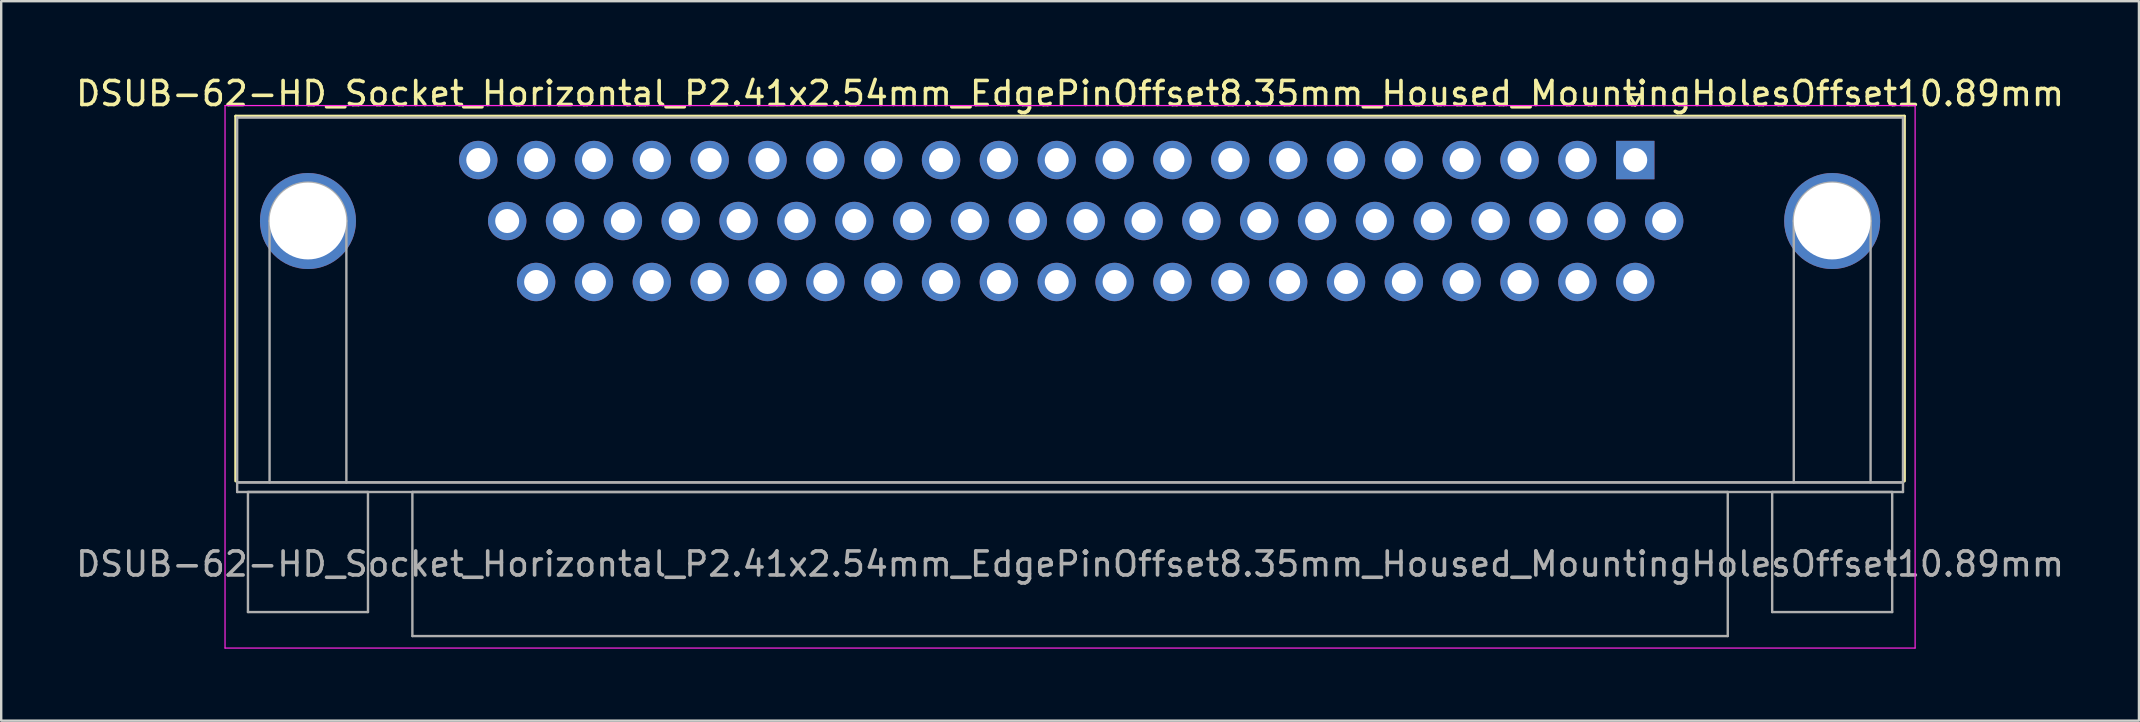
<source format=kicad_pcb>
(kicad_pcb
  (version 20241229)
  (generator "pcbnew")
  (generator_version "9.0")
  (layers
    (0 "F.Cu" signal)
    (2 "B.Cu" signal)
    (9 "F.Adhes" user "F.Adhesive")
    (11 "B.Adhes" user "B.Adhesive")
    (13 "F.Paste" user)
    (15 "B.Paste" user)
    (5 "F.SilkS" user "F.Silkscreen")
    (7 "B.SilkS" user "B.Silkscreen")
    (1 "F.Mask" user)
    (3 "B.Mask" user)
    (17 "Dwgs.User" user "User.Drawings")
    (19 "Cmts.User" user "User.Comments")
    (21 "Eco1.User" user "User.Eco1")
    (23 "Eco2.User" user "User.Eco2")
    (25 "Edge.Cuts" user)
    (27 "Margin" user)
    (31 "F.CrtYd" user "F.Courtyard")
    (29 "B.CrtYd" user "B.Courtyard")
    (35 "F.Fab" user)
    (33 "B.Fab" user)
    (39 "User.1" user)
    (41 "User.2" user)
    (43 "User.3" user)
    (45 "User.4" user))
  (footprint "DSUB-62-HD_Socket_Horizontal_P2.41x2.54mm_EdgePinOffset8.35mm_Housed_MountingHolesOffset10.89mm"
    (layer "F.Cu")
    (at 65.075 3.618)
    (property "Reference" "DSUB-62-HD_Socket_Horizontal_P2.41x2.54mm_EdgePinOffset8.35mm_Housed_MountingHolesOffset10.89mm" (at -23.545 -2.77 0) (layer "F.SilkS") (effects (font (size 1 1) (thickness 0.15))))
    (attr through_hole)
    (fp_line (start -58.305 -1.83) (end 11.215 -1.83) (stroke (width 0.12) (type solid)) (layer "F.SilkS"))
    (fp_line (start -58.305 13.37) (end -58.305 -1.83) (stroke (width 0.12) (type solid)) (layer "F.SilkS"))
    (fp_line (start -0.25 -2.724) (end 0.25 -2.724) (stroke (width 0.12) (type solid)) (layer "F.SilkS"))
    (fp_line (start 0 -2.291) (end -0.25 -2.724) (stroke (width 0.12) (type solid)) (layer "F.SilkS"))
    (fp_line (start 0.25 -2.724) (end 0 -2.291) (stroke (width 0.12) (type solid)) (layer "F.SilkS"))
    (fp_line (start 11.215 -1.83) (end 11.215 13.37) (stroke (width 0.12) (type solid)) (layer "F.SilkS"))
    (fp_line (start -58.75 -2.27) (end -58.75 20.33) (stroke (width 0.05) (type solid)) (layer "F.CrtYd"))
    (fp_line (start -58.75 20.33) (end 11.66 20.33) (stroke (width 0.05) (type solid)) (layer "F.CrtYd"))
    (fp_line (start 11.66 -2.27) (end -58.75 -2.27) (stroke (width 0.05) (type solid)) (layer "F.CrtYd"))
    (fp_line (start 11.66 20.33) (end 11.66 -2.27) (stroke (width 0.05) (type solid)) (layer "F.CrtYd"))
    (fp_line (start -58.245 -1.77) (end -58.245 13.43) (stroke (width 0.1) (type solid)) (layer "F.Fab"))
    (fp_line (start -58.245 13.43) (end -58.245 13.83) (stroke (width 0.1) (type solid)) (layer "F.Fab"))
    (fp_line (start -58.245 13.43) (end 11.155 13.43) (stroke (width 0.1) (type solid)) (layer "F.Fab"))
    (fp_line (start -58.245 13.83) (end 11.155 13.83) (stroke (width 0.1) (type solid)) (layer "F.Fab"))
    (fp_line (start -57.795 13.83) (end -57.795 18.83) (stroke (width 0.1) (type solid)) (layer "F.Fab"))
    (fp_line (start -57.795 18.83) (end -52.795 18.83) (stroke (width 0.1) (type solid)) (layer "F.Fab"))
    (fp_line (start -56.895 13.43) (end -56.895 2.54) (stroke (width 0.1) (type solid)) (layer "F.Fab"))
    (fp_line (start -53.695 13.43) (end -53.695 2.54) (stroke (width 0.1) (type solid)) (layer "F.Fab"))
    (fp_line (start -52.795 13.83) (end -57.795 13.83) (stroke (width 0.1) (type solid)) (layer "F.Fab"))
    (fp_line (start -52.795 18.83) (end -52.795 13.83) (stroke (width 0.1) (type solid)) (layer "F.Fab"))
    (fp_line (start -50.945 13.83) (end -50.945 19.83) (stroke (width 0.1) (type solid)) (layer "F.Fab"))
    (fp_line (start -50.945 19.83) (end 3.855 19.83) (stroke (width 0.1) (type solid)) (layer "F.Fab"))
    (fp_line (start 3.855 13.83) (end -50.945 13.83) (stroke (width 0.1) (type solid)) (layer "F.Fab"))
    (fp_line (start 3.855 19.83) (end 3.855 13.83) (stroke (width 0.1) (type solid)) (layer "F.Fab"))
    (fp_line (start 5.705 13.83) (end 5.705 18.83) (stroke (width 0.1) (type solid)) (layer "F.Fab"))
    (fp_line (start 5.705 18.83) (end 10.705 18.83) (stroke (width 0.1) (type solid)) (layer "F.Fab"))
    (fp_line (start 6.605 13.43) (end 6.605 2.54) (stroke (width 0.1) (type solid)) (layer "F.Fab"))
    (fp_line (start 9.805 13.43) (end 9.805 2.54) (stroke (width 0.1) (type solid)) (layer "F.Fab"))
    (fp_line (start 10.705 13.83) (end 5.705 13.83) (stroke (width 0.1) (type solid)) (layer "F.Fab"))
    (fp_line (start 10.705 18.83) (end 10.705 13.83) (stroke (width 0.1) (type solid)) (layer "F.Fab"))
    (fp_line (start 11.155 -1.77) (end -58.245 -1.77) (stroke (width 0.1) (type solid)) (layer "F.Fab"))
    (fp_line (start 11.155 13.43) (end -58.245 13.43) (stroke (width 0.1) (type solid)) (layer "F.Fab"))
    (fp_line (start 11.155 13.43) (end 11.155 -1.77) (stroke (width 0.1) (type solid)) (layer "F.Fab"))
    (fp_line (start 11.155 13.83) (end 11.155 13.43) (stroke (width 0.1) (type solid)) (layer "F.Fab"))
    (fp_arc (start -56.895 2.54) (mid -55.295 0.94) (end -53.695 2.54) (stroke (width 0.1) (type solid)) (layer "F.Fab"))
    (fp_arc (start 6.605 2.54) (mid 8.205 0.94) (end 9.805 2.54) (stroke (width 0.1) (type solid)) (layer "F.Fab"))
    (fp_text user "${REFERENCE}" (at -23.545 16.83 0) (layer "F.Fab") (effects (font (size 1 1) (thickness 0.15))))
    (pad "0" thru_hole circle (at -55.295 2.54) (size 4 4) (drill 3.2) (layers "*.Cu" "*.Mask"))
    (pad "0" thru_hole circle (at 8.205 2.54) (size 4 4) (drill 3.2) (layers "*.Cu" "*.Mask"))
    (pad "1" thru_hole rect (at 0 0) (size 1.6 1.6) (drill 1) (layers "*.Cu" "*.Mask"))
    (pad "2" thru_hole circle (at -2.41 0) (size 1.6 1.6) (drill 1) (layers "*.Cu" "*.Mask"))
    (pad "3" thru_hole circle (at -4.82 0) (size 1.6 1.6) (drill 1) (layers "*.Cu" "*.Mask"))
    (pad "4" thru_hole circle (at -7.23 0) (size 1.6 1.6) (drill 1) (layers "*.Cu" "*.Mask"))
    (pad "5" thru_hole circle (at -9.64 0) (size 1.6 1.6) (drill 1) (layers "*.Cu" "*.Mask"))
    (pad "6" thru_hole circle (at -12.05 0) (size 1.6 1.6) (drill 1) (layers "*.Cu" "*.Mask"))
    (pad "7" thru_hole circle (at -14.46 0) (size 1.6 1.6) (drill 1) (layers "*.Cu" "*.Mask"))
    (pad "8" thru_hole circle (at -16.87 0) (size 1.6 1.6) (drill 1) (layers "*.Cu" "*.Mask"))
    (pad "9" thru_hole circle (at -19.28 0) (size 1.6 1.6) (drill 1) (layers "*.Cu" "*.Mask"))
    (pad "10" thru_hole circle (at -21.69 0) (size 1.6 1.6) (drill 1) (layers "*.Cu" "*.Mask"))
    (pad "11" thru_hole circle (at -24.1 0) (size 1.6 1.6) (drill 1) (layers "*.Cu" "*.Mask"))
    (pad "12" thru_hole circle (at -26.51 0) (size 1.6 1.6) (drill 1) (layers "*.Cu" "*.Mask"))
    (pad "13" thru_hole circle (at -28.92 0) (size 1.6 1.6) (drill 1) (layers "*.Cu" "*.Mask"))
    (pad "14" thru_hole circle (at -31.33 0) (size 1.6 1.6) (drill 1) (layers "*.Cu" "*.Mask"))
    (pad "15" thru_hole circle (at -33.74 0) (size 1.6 1.6) (drill 1) (layers "*.Cu" "*.Mask"))
    (pad "16" thru_hole circle (at -36.15 0) (size 1.6 1.6) (drill 1) (layers "*.Cu" "*.Mask"))
    (pad "17" thru_hole circle (at -38.56 0) (size 1.6 1.6) (drill 1) (layers "*.Cu" "*.Mask"))
    (pad "18" thru_hole circle (at -40.97 0) (size 1.6 1.6) (drill 1) (layers "*.Cu" "*.Mask"))
    (pad "19" thru_hole circle (at -43.38 0) (size 1.6 1.6) (drill 1) (layers "*.Cu" "*.Mask"))
    (pad "20" thru_hole circle (at -45.79 0) (size 1.6 1.6) (drill 1) (layers "*.Cu" "*.Mask"))
    (pad "21" thru_hole circle (at -48.2 0) (size 1.6 1.6) (drill 1) (layers "*.Cu" "*.Mask"))
    (pad "22" thru_hole circle (at 1.205 2.54) (size 1.6 1.6) (drill 1) (layers "*.Cu" "*.Mask"))
    (pad "23" thru_hole circle (at -1.205 2.54) (size 1.6 1.6) (drill 1) (layers "*.Cu" "*.Mask"))
    (pad "24" thru_hole circle (at -3.615 2.54) (size 1.6 1.6) (drill 1) (layers "*.Cu" "*.Mask"))
    (pad "25" thru_hole circle (at -6.025 2.54) (size 1.6 1.6) (drill 1) (layers "*.Cu" "*.Mask"))
    (pad "26" thru_hole circle (at -8.435 2.54) (size 1.6 1.6) (drill 1) (layers "*.Cu" "*.Mask"))
    (pad "27" thru_hole circle (at -10.845 2.54) (size 1.6 1.6) (drill 1) (layers "*.Cu" "*.Mask"))
    (pad "28" thru_hole circle (at -13.255 2.54) (size 1.6 1.6) (drill 1) (layers "*.Cu" "*.Mask"))
    (pad "29" thru_hole circle (at -15.665 2.54) (size 1.6 1.6) (drill 1) (layers "*.Cu" "*.Mask"))
    (pad "30" thru_hole circle (at -18.075 2.54) (size 1.6 1.6) (drill 1) (layers "*.Cu" "*.Mask"))
    (pad "31" thru_hole circle (at -20.485 2.54) (size 1.6 1.6) (drill 1) (layers "*.Cu" "*.Mask"))
    (pad "32" thru_hole circle (at -22.895 2.54) (size 1.6 1.6) (drill 1) (layers "*.Cu" "*.Mask"))
    (pad "33" thru_hole circle (at -25.305 2.54) (size 1.6 1.6) (drill 1) (layers "*.Cu" "*.Mask"))
    (pad "34" thru_hole circle (at -27.715 2.54) (size 1.6 1.6) (drill 1) (layers "*.Cu" "*.Mask"))
    (pad "35" thru_hole circle (at -30.125 2.54) (size 1.6 1.6) (drill 1) (layers "*.Cu" "*.Mask"))
    (pad "36" thru_hole circle (at -32.535 2.54) (size 1.6 1.6) (drill 1) (layers "*.Cu" "*.Mask"))
    (pad "37" thru_hole circle (at -34.945 2.54) (size 1.6 1.6) (drill 1) (layers "*.Cu" "*.Mask"))
    (pad "38" thru_hole circle (at -37.355 2.54) (size 1.6 1.6) (drill 1) (layers "*.Cu" "*.Mask"))
    (pad "39" thru_hole circle (at -39.765 2.54) (size 1.6 1.6) (drill 1) (layers "*.Cu" "*.Mask"))
    (pad "40" thru_hole circle (at -42.175 2.54) (size 1.6 1.6) (drill 1) (layers "*.Cu" "*.Mask"))
    (pad "41" thru_hole circle (at -44.585 2.54) (size 1.6 1.6) (drill 1) (layers "*.Cu" "*.Mask"))
    (pad "42" thru_hole circle (at -46.995 2.54) (size 1.6 1.6) (drill 1) (layers "*.Cu" "*.Mask"))
    (pad "43" thru_hole circle (at 0 5.08) (size 1.6 1.6) (drill 1) (layers "*.Cu" "*.Mask"))
    (pad "44" thru_hole circle (at -2.41 5.08) (size 1.6 1.6) (drill 1) (layers "*.Cu" "*.Mask"))
    (pad "45" thru_hole circle (at -4.82 5.08) (size 1.6 1.6) (drill 1) (layers "*.Cu" "*.Mask"))
    (pad "46" thru_hole circle (at -7.23 5.08) (size 1.6 1.6) (drill 1) (layers "*.Cu" "*.Mask"))
    (pad "47" thru_hole circle (at -9.64 5.08) (size 1.6 1.6) (drill 1) (layers "*.Cu" "*.Mask"))
    (pad "48" thru_hole circle (at -12.05 5.08) (size 1.6 1.6) (drill 1) (layers "*.Cu" "*.Mask"))
    (pad "49" thru_hole circle (at -14.46 5.08) (size 1.6 1.6) (drill 1) (layers "*.Cu" "*.Mask"))
    (pad "50" thru_hole circle (at -16.87 5.08) (size 1.6 1.6) (drill 1) (layers "*.Cu" "*.Mask"))
    (pad "51" thru_hole circle (at -19.28 5.08) (size 1.6 1.6) (drill 1) (layers "*.Cu" "*.Mask"))
    (pad "52" thru_hole circle (at -21.69 5.08) (size 1.6 1.6) (drill 1) (layers "*.Cu" "*.Mask"))
    (pad "53" thru_hole circle (at -24.1 5.08) (size 1.6 1.6) (drill 1) (layers "*.Cu" "*.Mask"))
    (pad "54" thru_hole circle (at -26.51 5.08) (size 1.6 1.6) (drill 1) (layers "*.Cu" "*.Mask"))
    (pad "55" thru_hole circle (at -28.92 5.08) (size 1.6 1.6) (drill 1) (layers "*.Cu" "*.Mask"))
    (pad "56" thru_hole circle (at -31.33 5.08) (size 1.6 1.6) (drill 1) (layers "*.Cu" "*.Mask"))
    (pad "57" thru_hole circle (at -33.74 5.08) (size 1.6 1.6) (drill 1) (layers "*.Cu" "*.Mask"))
    (pad "58" thru_hole circle (at -36.15 5.08) (size 1.6 1.6) (drill 1) (layers "*.Cu" "*.Mask"))
    (pad "59" thru_hole circle (at -38.56 5.08) (size 1.6 1.6) (drill 1) (layers "*.Cu" "*.Mask"))
    (pad "60" thru_hole circle (at -40.97 5.08) (size 1.6 1.6) (drill 1) (layers "*.Cu" "*.Mask"))
    (pad "61" thru_hole circle (at -43.38 5.08) (size 1.6 1.6) (drill 1) (layers "*.Cu" "*.Mask"))
    (pad "62" thru_hole circle (at -45.79 5.08) (size 1.6 1.6) (drill 1) (layers "*.Cu" "*.Mask")))
  (gr_rect
    (start -3 -3)
    (end 86.06 26.973)
    (stroke (width 0.1) (type default))
    (fill no)
    (layer "Edge.Cuts")))
</source>
